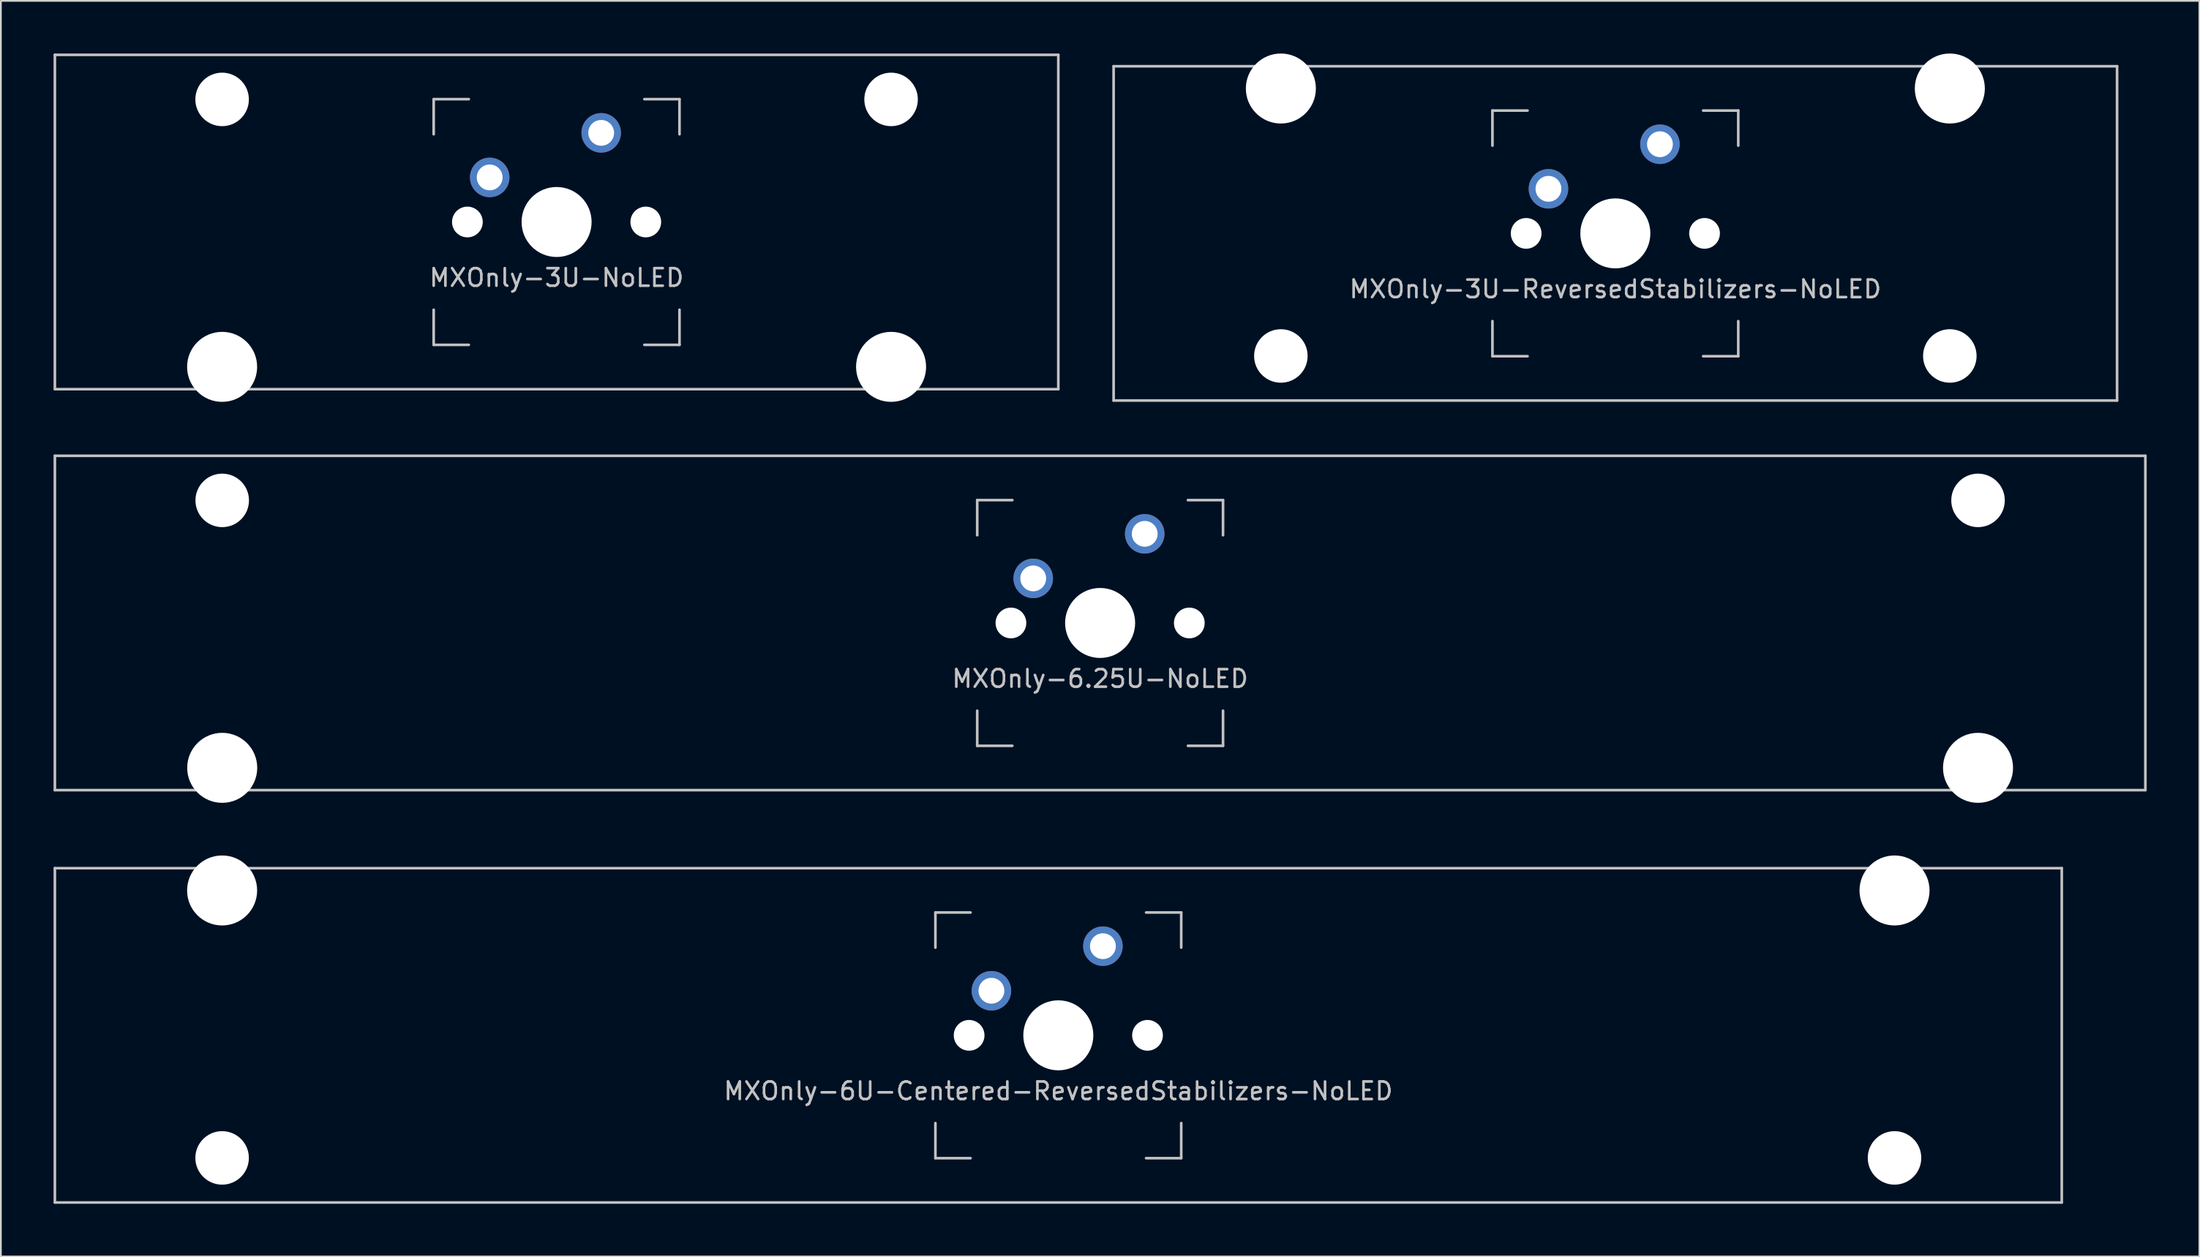
<source format=kicad_pcb>
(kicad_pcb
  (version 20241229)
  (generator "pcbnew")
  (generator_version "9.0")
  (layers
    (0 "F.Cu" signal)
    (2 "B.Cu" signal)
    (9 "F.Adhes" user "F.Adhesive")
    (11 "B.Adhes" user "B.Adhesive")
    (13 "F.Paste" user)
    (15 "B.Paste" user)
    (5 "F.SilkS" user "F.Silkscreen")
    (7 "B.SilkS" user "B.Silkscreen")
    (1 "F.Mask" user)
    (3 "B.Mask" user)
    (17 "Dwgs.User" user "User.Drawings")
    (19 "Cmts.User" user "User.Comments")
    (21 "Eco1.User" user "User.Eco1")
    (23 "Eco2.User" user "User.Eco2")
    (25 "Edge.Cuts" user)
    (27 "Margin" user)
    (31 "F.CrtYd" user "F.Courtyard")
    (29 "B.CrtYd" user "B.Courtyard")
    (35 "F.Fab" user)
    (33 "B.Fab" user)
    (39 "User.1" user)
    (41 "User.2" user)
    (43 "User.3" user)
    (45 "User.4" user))
  (footprint "MXOnly-6U-Centered-ReversedStabilizers-NoLED"
    (layer "F.Cu")
    (at 57.225 55.947)
    (property "Reference" "MXOnly-6U-Centered-ReversedStabilizers-NoLED" (at 0 3.175 0) (layer "Dwgs.User") (effects (font (size 1 1) (thickness 0.15))))
    (fp_line (start -57.15 -9.525) (end 57.15 -9.525) (stroke (width 0.15) (type solid)) (layer "Dwgs.User"))
    (fp_line (start -57.15 9.525) (end -57.15 -9.525) (stroke (width 0.15) (type solid)) (layer "Dwgs.User"))
    (fp_line (start -57.15 9.525) (end 57.15 9.525) (stroke (width 0.15) (type solid)) (layer "Dwgs.User"))
    (fp_line (start -7 -7) (end -7 -5) (stroke (width 0.15) (type solid)) (layer "Dwgs.User"))
    (fp_line (start -7 5) (end -7 7) (stroke (width 0.15) (type solid)) (layer "Dwgs.User"))
    (fp_line (start -7 7) (end -5 7) (stroke (width 0.15) (type solid)) (layer "Dwgs.User"))
    (fp_line (start -5 -7) (end -7 -7) (stroke (width 0.15) (type solid)) (layer "Dwgs.User"))
    (fp_line (start 5 -7) (end 7 -7) (stroke (width 0.15) (type solid)) (layer "Dwgs.User"))
    (fp_line (start 5 7) (end 7 7) (stroke (width 0.15) (type solid)) (layer "Dwgs.User"))
    (fp_line (start 7 -7) (end 7 -5) (stroke (width 0.15) (type solid)) (layer "Dwgs.User"))
    (fp_line (start 7 7) (end 7 5) (stroke (width 0.15) (type solid)) (layer "Dwgs.User"))
    (fp_line (start 57.15 -9.525) (end 57.15 9.525) (stroke (width 0.15) (type solid)) (layer "Dwgs.User"))
    (pad "" np_thru_hole circle (at -47.625 -8.255) (size 3.988 3.988) (drill 3.988) (layers "*.Cu" "*.Mask"))
    (pad "" np_thru_hole circle (at -47.625 6.985) (size 3.048 3.048) (drill 3.048) (layers "*.Cu" "*.Mask"))
    (pad "" np_thru_hole circle (at -5.08 0 48.1) (size 1.75 1.75) (drill 1.75) (layers "*.Cu" "*.Mask"))
    (pad "" np_thru_hole circle (at 0 0) (size 3.988 3.988) (drill 3.988) (layers "*.Cu" "*.Mask"))
    (pad "" np_thru_hole circle (at 5.08 0 48.1) (size 1.75 1.75) (drill 1.75) (layers "*.Cu" "*.Mask"))
    (pad "" np_thru_hole circle (at 47.625 -8.255) (size 3.988 3.988) (drill 3.988) (layers "*.Cu" "*.Mask"))
    (pad "" np_thru_hole circle (at 47.625 6.985) (size 3.048 3.048) (drill 3.048) (layers "*.Cu" "*.Mask"))
    (pad "1" thru_hole circle (at -3.81 -2.54) (size 2.25 2.25) (drill 1.47) (layers "*.Cu" "B.Mask"))
    (pad "2" thru_hole circle (at 2.54 -5.08) (size 2.25 2.25) (drill 1.47) (layers "*.Cu" "B.Mask")))
  (footprint "MXOnly-6.25U-NoLED"
    (layer "F.Cu")
    (at 59.606 32.449)
    (property "Reference" "MXOnly-6.25U-NoLED" (at 0 3.175 0) (layer "Dwgs.User") (effects (font (size 1 1) (thickness 0.15))))
    (fp_line (start -59.531 -9.525) (end 59.531 -9.525) (stroke (width 0.15) (type solid)) (layer "Dwgs.User"))
    (fp_line (start -59.531 9.525) (end -59.531 -9.525) (stroke (width 0.15) (type solid)) (layer "Dwgs.User"))
    (fp_line (start -59.531 9.525) (end 59.531 9.525) (stroke (width 0.15) (type solid)) (layer "Dwgs.User"))
    (fp_line (start -7 -7) (end -7 -5) (stroke (width 0.15) (type solid)) (layer "Dwgs.User"))
    (fp_line (start -7 5) (end -7 7) (stroke (width 0.15) (type solid)) (layer "Dwgs.User"))
    (fp_line (start -7 7) (end -5 7) (stroke (width 0.15) (type solid)) (layer "Dwgs.User"))
    (fp_line (start -5 -7) (end -7 -7) (stroke (width 0.15) (type solid)) (layer "Dwgs.User"))
    (fp_line (start 5 -7) (end 7 -7) (stroke (width 0.15) (type solid)) (layer "Dwgs.User"))
    (fp_line (start 5 7) (end 7 7) (stroke (width 0.15) (type solid)) (layer "Dwgs.User"))
    (fp_line (start 7 -7) (end 7 -5) (stroke (width 0.15) (type solid)) (layer "Dwgs.User"))
    (fp_line (start 7 7) (end 7 5) (stroke (width 0.15) (type solid)) (layer "Dwgs.User"))
    (fp_line (start 59.531 -9.525) (end 59.531 9.525) (stroke (width 0.15) (type solid)) (layer "Dwgs.User"))
    (pad "" np_thru_hole circle (at -50 -6.985) (size 3.048 3.048) (drill 3.048) (layers "*.Cu" "*.Mask"))
    (pad "" np_thru_hole circle (at -50 8.255) (size 3.988 3.988) (drill 3.988) (layers "*.Cu" "*.Mask"))
    (pad "" np_thru_hole circle (at -5.08 0 48.1) (size 1.75 1.75) (drill 1.75) (layers "*.Cu" "*.Mask"))
    (pad "" np_thru_hole circle (at 0 0) (size 3.988 3.988) (drill 3.988) (layers "*.Cu" "*.Mask"))
    (pad "" np_thru_hole circle (at 5.08 0 48.1) (size 1.75 1.75) (drill 1.75) (layers "*.Cu" "*.Mask"))
    (pad "" np_thru_hole circle (at 50 -6.985) (size 3.048 3.048) (drill 3.048) (layers "*.Cu" "*.Mask"))
    (pad "" np_thru_hole circle (at 50 8.255) (size 3.988 3.988) (drill 3.988) (layers "*.Cu" "*.Mask"))
    (pad "1" thru_hole circle (at -3.81 -2.54) (size 2.25 2.25) (drill 1.47) (layers "*.Cu" "*.Mask"))
    (pad "2" thru_hole circle (at 2.54 -5.08) (size 2.25 2.25) (drill 1.47) (layers "*.Cu" "*.Mask")))
  (footprint "MXOnly-3U-ReversedStabilizers-NoLED"
    (layer "F.Cu")
    (at 88.95 10.249)
    (property "Reference" "MXOnly-3U-ReversedStabilizers-NoLED" (at 0 3.175 0) (layer "Dwgs.User") (effects (font (size 1 1) (thickness 0.15))))
    (attr through_hole)
    (fp_line (start -28.575 -9.525) (end 28.575 -9.525) (stroke (width 0.15) (type solid)) (layer "Dwgs.User"))
    (fp_line (start -28.575 9.525) (end -28.575 -9.525) (stroke (width 0.15) (type solid)) (layer "Dwgs.User"))
    (fp_line (start -28.575 9.525) (end 28.575 9.525) (stroke (width 0.15) (type solid)) (layer "Dwgs.User"))
    (fp_line (start -7 -7) (end -7 -5) (stroke (width 0.15) (type solid)) (layer "Dwgs.User"))
    (fp_line (start -7 5) (end -7 7) (stroke (width 0.15) (type solid)) (layer "Dwgs.User"))
    (fp_line (start -7 7) (end -5 7) (stroke (width 0.15) (type solid)) (layer "Dwgs.User"))
    (fp_line (start -5 -7) (end -7 -7) (stroke (width 0.15) (type solid)) (layer "Dwgs.User"))
    (fp_line (start 5 -7) (end 7 -7) (stroke (width 0.15) (type solid)) (layer "Dwgs.User"))
    (fp_line (start 5 7) (end 7 7) (stroke (width 0.15) (type solid)) (layer "Dwgs.User"))
    (fp_line (start 7 -7) (end 7 -5) (stroke (width 0.15) (type solid)) (layer "Dwgs.User"))
    (fp_line (start 7 7) (end 7 5) (stroke (width 0.15) (type solid)) (layer "Dwgs.User"))
    (fp_line (start 28.575 -9.525) (end 28.575 9.525) (stroke (width 0.15) (type solid)) (layer "Dwgs.User"))
    (pad "" np_thru_hole circle (at -19.05 -8.255) (size 3.988 3.988) (drill 3.988) (layers "*.Cu" "*.Mask"))
    (pad "" np_thru_hole circle (at -19.05 6.985) (size 3.048 3.048) (drill 3.048) (layers "*.Cu" "*.Mask"))
    (pad "" np_thru_hole circle (at -5.08 0 48.1) (size 1.75 1.75) (drill 1.75) (layers "*.Cu" "*.Mask"))
    (pad "" np_thru_hole circle (at 0 0) (size 3.988 3.988) (drill 3.988) (layers "*.Cu" "*.Mask"))
    (pad "" np_thru_hole circle (at 5.08 0 48.1) (size 1.75 1.75) (drill 1.75) (layers "*.Cu" "*.Mask"))
    (pad "" np_thru_hole circle (at 19.05 -8.255) (size 3.988 3.988) (drill 3.988) (layers "*.Cu" "*.Mask"))
    (pad "" np_thru_hole circle (at 19.05 6.985) (size 3.048 3.048) (drill 3.048) (layers "*.Cu" "*.Mask"))
    (pad "1" thru_hole circle (at -3.81 -2.54 48.1) (size 2.25 2.25) (drill 1.47) (layers "*.Cu" "*.Mask"))
    (pad "2" thru_hole circle (at 2.54 -5.08) (size 2.25 2.25) (drill 1.47) (layers "*.Cu" "*.Mask")))
  (footprint "MXOnly-3U-NoLED"
    (layer "F.Cu")
    (at 28.65 9.6)
    (property "Reference" "MXOnly-3U-NoLED" (at 0 3.175 0) (layer "Dwgs.User") (effects (font (size 1 1) (thickness 0.15))))
    (fp_line (start -28.575 -9.525) (end 28.575 -9.525) (stroke (width 0.15) (type solid)) (layer "Dwgs.User"))
    (fp_line (start -28.575 9.525) (end -28.575 -9.525) (stroke (width 0.15) (type solid)) (layer "Dwgs.User"))
    (fp_line (start -28.575 9.525) (end 28.575 9.525) (stroke (width 0.15) (type solid)) (layer "Dwgs.User"))
    (fp_line (start -7 -7) (end -7 -5) (stroke (width 0.15) (type solid)) (layer "Dwgs.User"))
    (fp_line (start -7 5) (end -7 7) (stroke (width 0.15) (type solid)) (layer "Dwgs.User"))
    (fp_line (start -7 7) (end -5 7) (stroke (width 0.15) (type solid)) (layer "Dwgs.User"))
    (fp_line (start -5 -7) (end -7 -7) (stroke (width 0.15) (type solid)) (layer "Dwgs.User"))
    (fp_line (start 5 -7) (end 7 -7) (stroke (width 0.15) (type solid)) (layer "Dwgs.User"))
    (fp_line (start 5 7) (end 7 7) (stroke (width 0.15) (type solid)) (layer "Dwgs.User"))
    (fp_line (start 7 -7) (end 7 -5) (stroke (width 0.15) (type solid)) (layer "Dwgs.User"))
    (fp_line (start 7 7) (end 7 5) (stroke (width 0.15) (type solid)) (layer "Dwgs.User"))
    (fp_line (start 28.575 -9.525) (end 28.575 9.525) (stroke (width 0.15) (type solid)) (layer "Dwgs.User"))
    (pad "" np_thru_hole circle (at -19.05 -6.985) (size 3.048 3.048) (drill 3.048) (layers "*.Cu" "*.Mask"))
    (pad "" np_thru_hole circle (at -19.05 8.255) (size 3.988 3.988) (drill 3.988) (layers "*.Cu" "*.Mask"))
    (pad "" np_thru_hole circle (at -5.08 0 48.1) (size 1.75 1.75) (drill 1.75) (layers "*.Cu" "*.Mask"))
    (pad "" np_thru_hole circle (at 0 0) (size 3.988 3.988) (drill 3.988) (layers "*.Cu" "*.Mask"))
    (pad "" np_thru_hole circle (at 5.08 0 48.1) (size 1.75 1.75) (drill 1.75) (layers "*.Cu" "*.Mask"))
    (pad "" np_thru_hole circle (at 19.05 -6.985) (size 3.048 3.048) (drill 3.048) (layers "*.Cu" "*.Mask"))
    (pad "" np_thru_hole circle (at 19.05 8.255) (size 3.988 3.988) (drill 3.988) (layers "*.Cu" "*.Mask"))
    (pad "1" thru_hole circle (at -3.81 -2.54 48.1) (size 2.25 2.25) (drill 1.47) (layers "*.Cu" "B.Mask"))
    (pad "2" thru_hole circle (at 2.54 -5.08) (size 2.25 2.25) (drill 1.47) (layers "*.Cu" "B.Mask")))
  (gr_rect
    (start -3 -3)
    (end 122.213 68.547)
    (stroke (width 0.1) (type default))
    (fill no)
    (layer "Edge.Cuts")))
</source>
